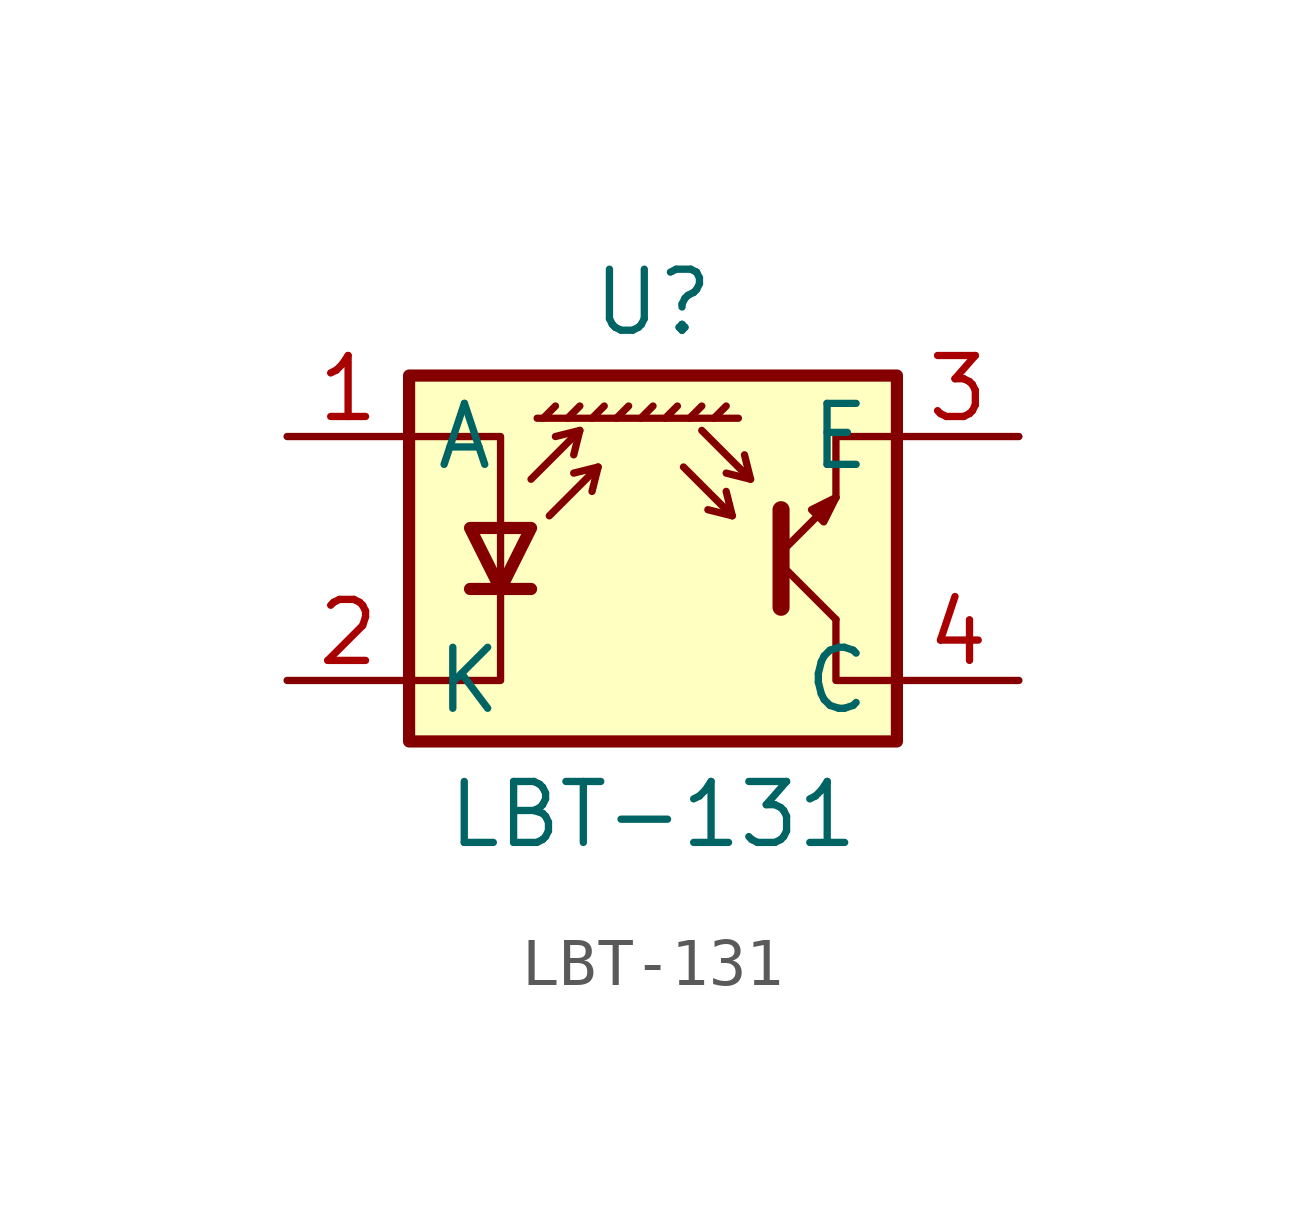
<source format=kicad_sym>
(kicad_symbol_lib
  (version 20231120)
  (generator "kicad_symbol_editor")
  (generator_version "8.0")
  (symbol "LBT-131"
    (property "Reference" "U"
      (at 0 5.334 0)
      (effects (font (size 1.27 1.27))))
    (property "Value" "LBT-131"
      (at 0 -5.334 0)
      (effects (font (size 1.27 1.27))))
    (symbol "LBT-131_0_1"
      (polyline (pts (xy -3.81 -0.635) (xy -2.54 -0.635)) (stroke (width 0.254) (type default)) (fill (type none)))
      (polyline (pts (xy -2.286 2.921) (xy -2.032 3.175)) (stroke (width 0) (type default)) (fill (type none)))
      (polyline (pts (xy -1.778 2.921) (xy -1.524 3.175)) (stroke (width 0) (type default)) (fill (type none)))
      (polyline (pts (xy -1.524 2.667) (xy -1.651 2.159)) (stroke (width 0) (type default)) (fill (type none)))
      (polyline (pts (xy -1.27 2.921) (xy -1.016 3.175)) (stroke (width 0) (type default)) (fill (type none)))
      (polyline (pts (xy -1.143 1.905) (xy -1.27 1.397)) (stroke (width 0) (type default)) (fill (type none)))
      (polyline (pts (xy -0.762 2.921) (xy -0.508 3.175)) (stroke (width 0) (type default)) (fill (type none)))
      (polyline (pts (xy -0.254 2.921) (xy 0 3.175)) (stroke (width 0) (type default)) (fill (type none)))
      (polyline (pts (xy 0.254 2.921) (xy 0.508 3.175)) (stroke (width 0) (type default)) (fill (type none)))
      (polyline (pts (xy 0.762 2.921) (xy 1.016 3.175)) (stroke (width 0) (type default)) (fill (type none)))
      (polyline (pts (xy 1.27 2.921) (xy 1.524 3.175)) (stroke (width 0) (type default)) (fill (type none)))
      (polyline (pts (xy 1.651 0.889) (xy 1.143 1.016)) (stroke (width 0) (type default)) (fill (type none)))
      (polyline (pts (xy 1.778 2.921) (xy -2.413 2.921)) (stroke (width 0) (type default)) (fill (type none)))
      (polyline (pts (xy 2.032 1.651) (xy 1.524 1.778)) (stroke (width 0) (type default)) (fill (type none)))
      (polyline (pts (xy 2.667 -0.127) (xy 3.81 -1.27)) (stroke (width 0) (type default)) (fill (type none)))
      (polyline (pts (xy 2.667 0.127) (xy 3.81 1.27)) (stroke (width 0) (type default)) (fill (type none)))
      (polyline (pts (xy -2.54 1.651) (xy -1.524 2.667) (xy -2.032 2.54)) (stroke (width 0) (type default)) (fill (type none)))
      (polyline (pts (xy -2.159 0.889) (xy -1.143 1.905) (xy -1.651 1.778)) (stroke (width 0) (type default)) (fill (type none)))
      (polyline (pts (xy 0.635 1.905) (xy 1.651 0.889) (xy 1.524 1.397)) (stroke (width 0) (type default)) (fill (type none)))
      (polyline (pts (xy 1.016 2.667) (xy 2.032 1.651) (xy 1.905 2.159)) (stroke (width 0) (type default)) (fill (type none)))
      (polyline (pts (xy 2.667 1.016) (xy 2.667 -1.016) (xy 2.667 -1.016)) (stroke (width 0.356) (type default)) (fill (type none)))
      (polyline (pts (xy 3.81 -1.27) (xy 3.81 -2.54) (xy 5.08 -2.54)) (stroke (width 0) (type default)) (fill (type none)))
      (polyline (pts (xy 3.81 1.27) (xy 3.81 2.54) (xy 5.08 2.54)) (stroke (width 0) (type default)) (fill (type none)))
      (polyline (pts (xy -5.08 -2.54) (xy -3.175 -2.54) (xy -3.175 2.54) (xy -5.08 2.54)) (stroke (width 0) (type default)) (fill (type none)))
      (polyline (pts (xy -3.175 -0.635) (xy -3.81 0.635) (xy -2.54 0.635) (xy -3.175 -0.635)) (stroke (width 0.254) (type default)) (fill (type none)))
      (polyline (pts (xy 3.81 1.27) (xy 3.302 1.016) (xy 3.556 0.762) (xy 3.81 1.27)) (stroke (width 0) (type default)) (fill (type none)))
      (polyline (pts (xy -5.08 -3.81) (xy 5.08 -3.81) (xy 5.08 3.81) (xy -5.08 3.81) (xy -5.08 -3.81)) (stroke (width 0.254) (type default)) (fill (type background))))
    (symbol "LBT-131_1_1"
      (pin passive line (at -7.62 2.54 0) (length 2.54) (name "A" (effects (font (size 1.27 1.27)))) (number "1" (effects (font (size 1.27 1.27)))))
      (pin passive line (at -7.62 -2.54 0) (length 2.54) (name "K" (effects (font (size 1.27 1.27)))) (number "2" (effects (font (size 1.27 1.27)))))
      (pin open_emitter line (at 7.62 2.54 180) (length 2.54) (name "E" (effects (font (size 1.27 1.27)))) (number "3" (effects (font (size 1.27 1.27)))))
      (pin open_collector line (at 7.62 -2.54 180) (length 2.54) (name "C" (effects (font (size 1.27 1.27)))) (number "4" (effects (font (size 1.27 1.27))))))))
</source>
